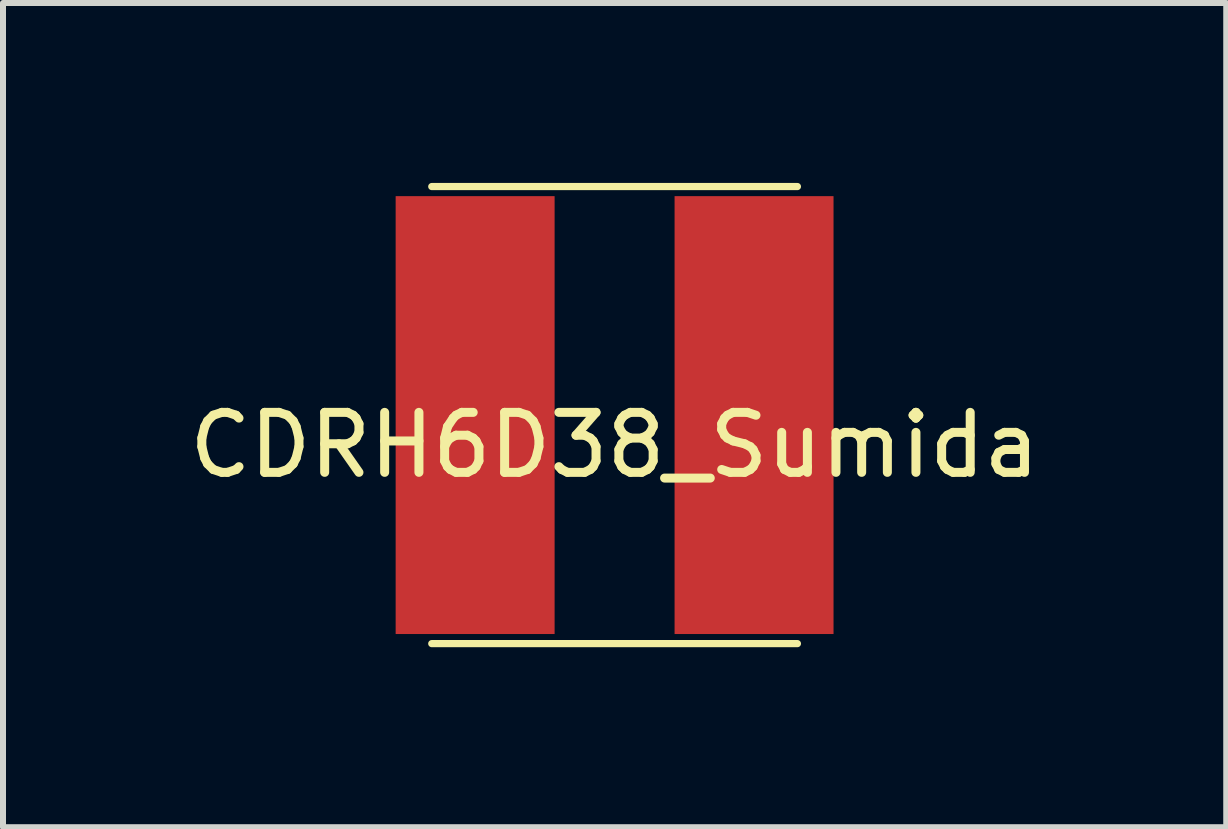
<source format=kicad_pcb>
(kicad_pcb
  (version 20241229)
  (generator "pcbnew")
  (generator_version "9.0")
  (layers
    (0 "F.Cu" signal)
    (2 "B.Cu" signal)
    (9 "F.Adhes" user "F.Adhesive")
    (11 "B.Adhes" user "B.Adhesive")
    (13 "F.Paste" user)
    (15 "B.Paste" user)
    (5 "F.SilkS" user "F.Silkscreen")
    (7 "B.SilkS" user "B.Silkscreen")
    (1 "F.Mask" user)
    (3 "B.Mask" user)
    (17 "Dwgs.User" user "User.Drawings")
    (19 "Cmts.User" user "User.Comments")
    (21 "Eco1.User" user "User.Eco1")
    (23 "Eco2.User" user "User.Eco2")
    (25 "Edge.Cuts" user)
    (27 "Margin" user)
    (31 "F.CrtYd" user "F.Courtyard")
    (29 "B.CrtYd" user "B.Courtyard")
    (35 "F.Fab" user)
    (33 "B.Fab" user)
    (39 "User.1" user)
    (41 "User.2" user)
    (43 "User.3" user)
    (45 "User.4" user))
  (footprint "CDRH6D38_Sumida"
    (layer "F.Cu")
    (at 7.196 3.87)
    (property "Reference" "CDRH6D38_Sumida" (at 0 0.5 0) (layer "F.SilkS") (effects (font (size 1 1) (thickness 0.15))))
    (attr through_hole)
    (fp_line (start -3.048 -3.81) (end 3.048 -3.81) (stroke (width 0.12) (type solid)) (layer "F.SilkS"))
    (fp_line (start -3.048 3.81) (end 3.048 3.81) (stroke (width 0.12) (type solid)) (layer "F.SilkS"))
    (pad "1" smd rect (at -2.325 0) (size 2.65 7.3) (layers "F.Cu" "F.Mask" "F.Paste"))
    (pad "2" smd rect (at 2.325 0) (size 2.65 7.3) (layers "F.Cu" "F.Mask" "F.Paste")))
  (gr_rect
    (start -3 -3)
    (end 17.393 10.74)
    (stroke (width 0.1) (type default))
    (fill no)
    (layer "Edge.Cuts")))
</source>
